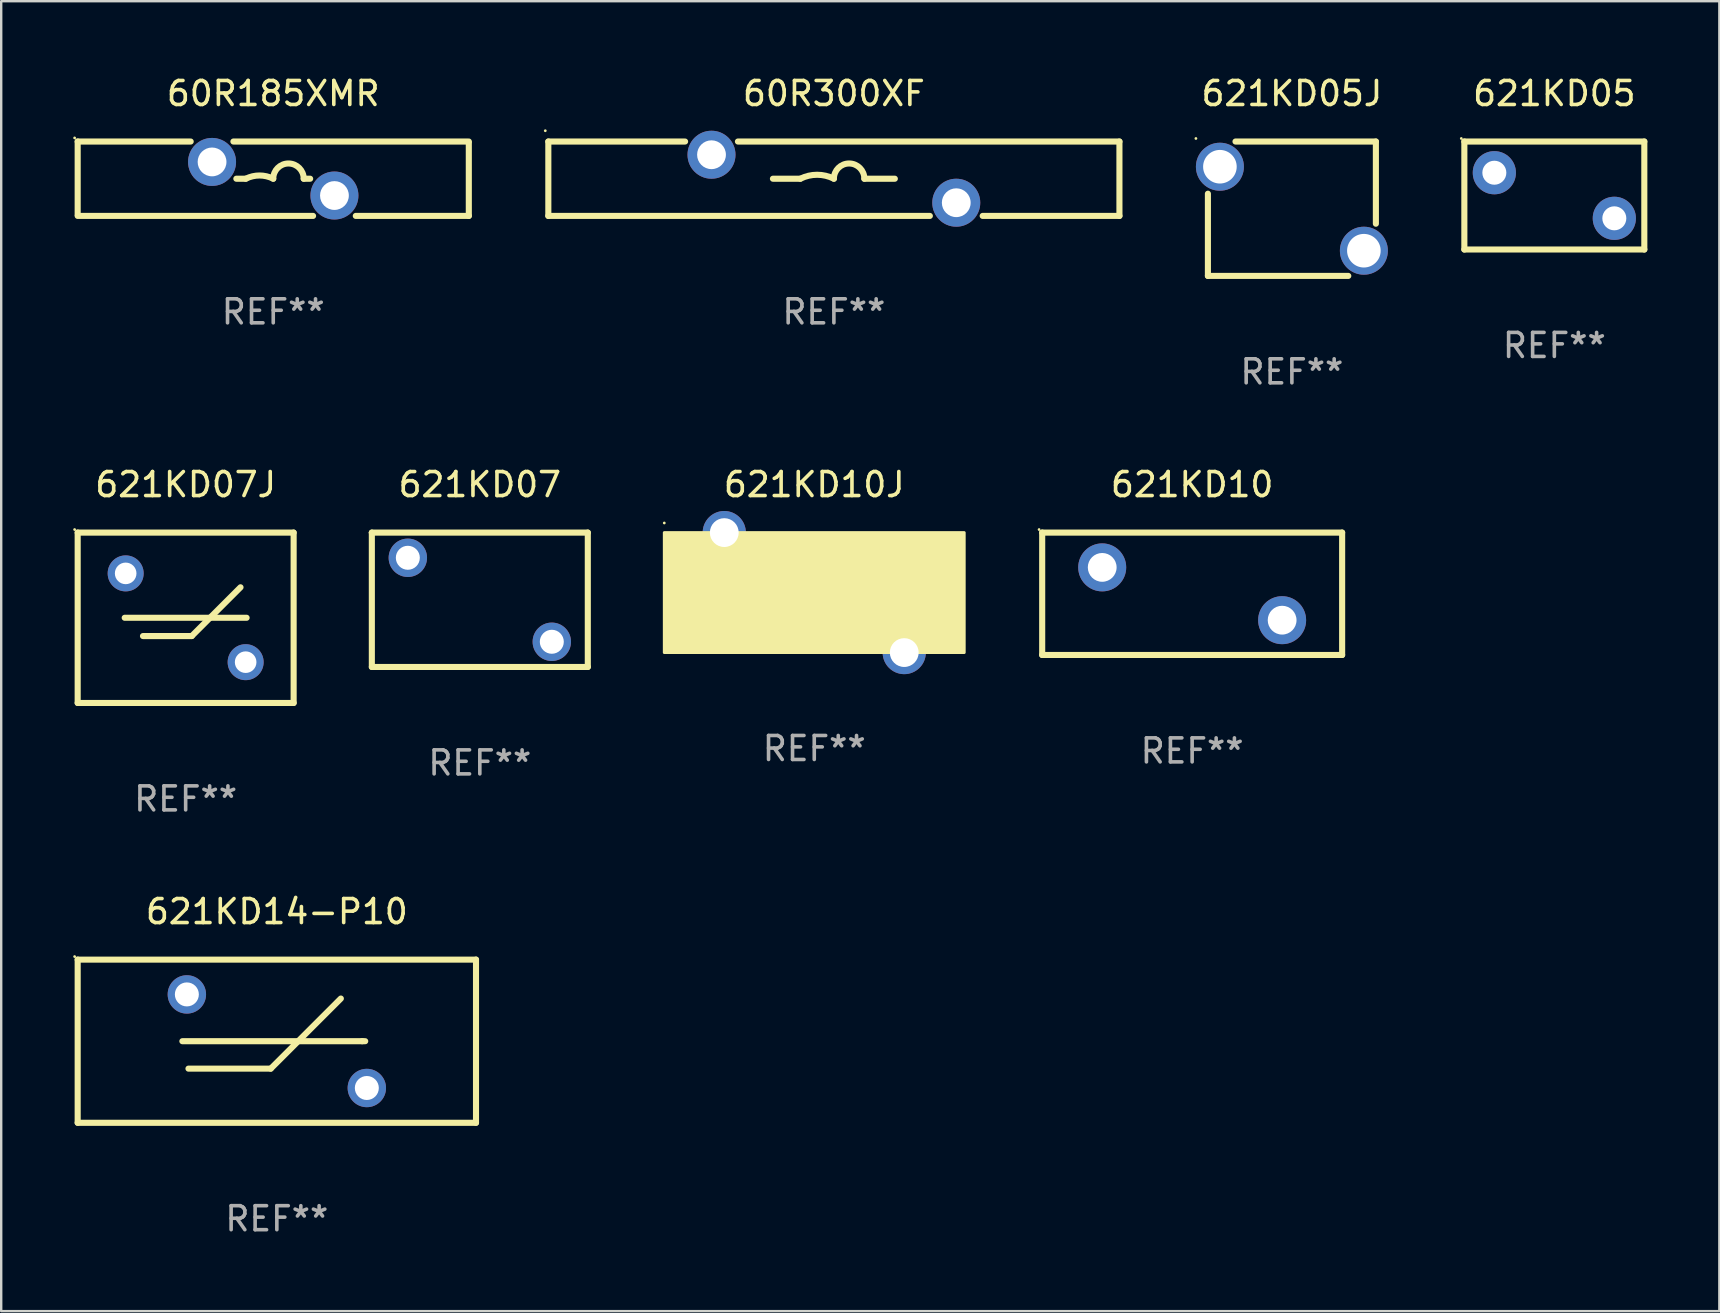
<source format=kicad_pcb>
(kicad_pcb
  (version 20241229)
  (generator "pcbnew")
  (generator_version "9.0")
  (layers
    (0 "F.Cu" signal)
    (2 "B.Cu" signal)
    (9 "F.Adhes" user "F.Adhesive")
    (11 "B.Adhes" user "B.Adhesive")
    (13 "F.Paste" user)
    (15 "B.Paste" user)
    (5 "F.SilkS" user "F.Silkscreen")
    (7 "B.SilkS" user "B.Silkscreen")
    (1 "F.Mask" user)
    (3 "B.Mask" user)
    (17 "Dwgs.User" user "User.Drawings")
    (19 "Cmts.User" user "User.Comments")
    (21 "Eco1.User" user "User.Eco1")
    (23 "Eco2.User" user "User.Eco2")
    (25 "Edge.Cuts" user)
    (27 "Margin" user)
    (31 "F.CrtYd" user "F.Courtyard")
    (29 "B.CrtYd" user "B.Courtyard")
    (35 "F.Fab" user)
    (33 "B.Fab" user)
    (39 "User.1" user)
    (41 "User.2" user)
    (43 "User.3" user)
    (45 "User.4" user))
  (footprint "60R185XMR"
    (layer "F.Cu")
    (at 8.337 4.398)
    (property "Reference" "60R185XMR" (at 0 -3.55 0) (layer "F.SilkS") (effects (font (size 1 1) (thickness 0.15))))
    (attr through_hole)
    (fp_line (start -8.15 -1.55) (end -3.44 -1.55) (stroke (width 0.254) (type solid)) (layer "F.SilkS"))
    (fp_line (start -8.15 1.5) (end -8.15 -1.55) (stroke (width 0.254) (type solid)) (layer "F.SilkS"))
    (fp_line (start -1.66 -1.55) (end 8.15 -1.55) (stroke (width 0.254) (type solid)) (layer "F.SilkS"))
    (fp_line (start -1.538 0) (end -1.143 0) (stroke (width 0.254) (type solid)) (layer "F.SilkS"))
    (fp_line (start 1.538 0) (end 1.27 0) (stroke (width 0.254) (type solid)) (layer "F.SilkS"))
    (fp_line (start 1.66 1.55) (end -8.15 1.55) (stroke (width 0.254) (type solid)) (layer "F.SilkS"))
    (fp_line (start 8.15 1.55) (end 3.44 1.55) (stroke (width 0.254) (type solid)) (layer "F.SilkS"))
    (fp_line (start 8.15 -1.5) (end 8.15 1.55) (stroke (width 0.254) (type solid)) (layer "F.SilkS"))
    (fp_arc (start -1.143028 0) (mid -0.571527 -0.134913) (end -0.000026 0) (stroke (width 0.254001) (type solid)) (layer "F.SilkS"))
    (fp_arc (start -0.000025 0) (mid 0.634976 -0.635001) (end 1.269977 0) (stroke (width 0.254001) (type solid)) (layer "F.SilkS"))
    (fp_circle (center -8.277 -1.7) (end -8.247 -1.7) (stroke (width 0.06) (type solid)) (fill no) (layer "F.SilkS"))
    (fp_text user "REF**" (at 0 5.55 0) (layer "F.Fab") (effects (font (size 1 1) (thickness 0.15))))
    (pad "1" thru_hole circle (at -2.55 -0.7) (size 2 2) (drill 1.2) (layers "*.Cu" "*.Mask"))
    (pad "2" thru_hole circle (at 2.55 0.7) (size 2 2) (drill 1.2) (layers "*.Cu" "*.Mask")))
  (footprint "621KD07J"
    (layer "F.Cu")
    (at 4.687 22.695)
    (property "Reference" "621KD07J" (at 0 -5.55 0) (layer "F.SilkS") (effects (font (size 1 1) (thickness 0.15))))
    (attr through_hole)
    (fp_line (start -4.5 -3.55) (end 4.5 -3.55) (stroke (width 0.254) (type solid)) (layer "F.SilkS"))
    (fp_line (start -4.5 3.55) (end -4.5 -3.55) (stroke (width 0.254) (type solid)) (layer "F.SilkS"))
    (fp_line (start -2.54 -0.000127) (end 2.54 -0.000127) (stroke (width 0.254) (type solid)) (layer "F.SilkS"))
    (fp_line (start -1.778 0.762) (end 0.254 0.762) (stroke (width 0.254) (type solid)) (layer "F.SilkS"))
    (fp_line (start 0.254 0.762) (end 2.286 -1.27) (stroke (width 0.254) (type solid)) (layer "F.SilkS"))
    (fp_line (start 4.5 3.55) (end -4.5 3.55) (stroke (width 0.254) (type solid)) (layer "F.SilkS"))
    (fp_line (start 4.5 3.55) (end 4.5 -3.55) (stroke (width 0.254) (type solid)) (layer "F.SilkS"))
    (fp_circle (center -4.627 -3.677) (end -4.597 -3.677) (stroke (width 0.06) (type solid)) (fill no) (layer "F.SilkS"))
    (fp_text user "REF**" (at 0 7.55 0) (layer "F.Fab") (effects (font (size 1 1) (thickness 0.15))))
    (pad "1" thru_hole circle (at -2.5 -1.85) (size 1.5 1.5) (drill 0.9) (layers "*.Cu" "*.Mask"))
    (pad "2" thru_hole circle (at 2.5 1.85) (size 1.5 1.5) (drill 0.9) (layers "*.Cu" "*.Mask")))
  (footprint "621KD10"
    (layer "F.Cu")
    (at 46.631 21.695)
    (property "Reference" "621KD10" (at 0 -4.55 0) (layer "F.SilkS") (effects (font (size 1 1) (thickness 0.15))))
    (attr through_hole)
    (fp_line (start -6.249 -2.55) (end 6.251 -2.55) (stroke (width 0.254) (type solid)) (layer "F.SilkS"))
    (fp_line (start -6.249 2.55) (end -6.249 -2.55) (stroke (width 0.254) (type solid)) (layer "F.SilkS"))
    (fp_line (start 6.251 -2.55) (end 6.251 2.55) (stroke (width 0.254) (type solid)) (layer "F.SilkS"))
    (fp_line (start 6.251 2.55) (end -6.251 2.55) (stroke (width 0.254) (type solid)) (layer "F.SilkS"))
    (fp_circle (center -6.378 -2.677) (end -6.348 -2.677) (stroke (width 0.06) (type solid)) (fill no) (layer "F.SilkS"))
    (fp_text user "REF**" (at 0 6.55 0) (layer "F.Fab") (effects (font (size 1 1) (thickness 0.15))))
    (pad "1" thru_hole circle (at -3.748 -1.1) (size 2 2) (drill 1.2) (layers "*.Cu" "*.Mask"))
    (pad "2" thru_hole circle (at 3.75 1.1) (size 2 2) (drill 1.2) (layers "*.Cu" "*.Mask")))
  (footprint "621KD10J"
    (layer "F.Cu")
    (at 30.883 21.645)
    (property "Reference" "621KD10J" (at 0 -4.5 0) (layer "F.SilkS") (effects (font (size 1 1) (thickness 0.15))))
    (attr through_hole)
    (fp_circle (center -6.25 -2.9) (end -6.22 -2.9) (stroke (width 0.06) (type solid)) (fill no) (layer "F.SilkS"))
    (fp_poly (pts (xy -6.25 -2.5) (xy 6.25 -2.5) (xy 6.25 2.5) (xy -6.25 2.5)) (stroke (width 0.12) (type solid)) (fill yes) (layer "F.SilkS"))
    (fp_text user "REF**" (at 0 6.5 0) (layer "F.Fab") (effects (font (size 1 1) (thickness 0.15))))
    (pad "1" thru_hole circle (at -3.75 -2.5) (size 1.8 1.8) (drill 1.2) (layers "*.Cu" "*.Mask"))
    (pad "2" thru_hole circle (at 3.75 2.5) (size 1.8 1.8) (drill 1.2) (layers "*.Cu" "*.Mask")))
  (footprint "621KD07"
    (layer "F.Cu")
    (at 16.946 21.945)
    (property "Reference" "621KD07" (at 0 -4.8 0) (layer "F.SilkS") (effects (font (size 1 1) (thickness 0.15))))
    (attr through_hole)
    (fp_line (start -4.5 -2.8) (end 4.5 -2.8) (stroke (width 0.254) (type solid)) (layer "F.SilkS"))
    (fp_line (start -4.5 2.8) (end -4.5 -2.8) (stroke (width 0.254) (type solid)) (layer "F.SilkS"))
    (fp_line (start 4.5 -2.8) (end 4.5 2.8) (stroke (width 0.254) (type solid)) (layer "F.SilkS"))
    (fp_line (start 4.5 2.8) (end -4.5 2.8) (stroke (width 0.254) (type solid)) (layer "F.SilkS"))
    (fp_circle (center -4.572 -2.794) (end -4.542 -2.794) (stroke (width 0.06) (type solid)) (fill no) (layer "F.SilkS"))
    (fp_text user "REF**" (at 0 6.8 0) (layer "F.Fab") (effects (font (size 1 1) (thickness 0.15))))
    (pad "1" thru_hole circle (at -3 -1.75) (size 1.6 1.6) (drill 1) (layers "*.Cu" "*.Mask"))
    (pad "2" thru_hole circle (at 3 1.75) (size 1.6 1.6) (drill 1) (layers "*.Cu" "*.Mask")))
  (footprint "60R300XF"
    (layer "F.Cu")
    (at 31.701 4.398)
    (property "Reference" "60R300XF" (at 0 -3.55 0) (layer "F.SilkS") (effects (font (size 1 1) (thickness 0.15))))
    (attr through_hole)
    (fp_line (start -11.9 -1.55) (end -6.201 -1.55) (stroke (width 0.254) (type solid)) (layer "F.SilkS"))
    (fp_line (start -11.9 1.55) (end -11.9 -1.55) (stroke (width 0.254) (type solid)) (layer "F.SilkS"))
    (fp_line (start -11.9 1.55) (end 3.999 1.55) (stroke (width 0.254) (type solid)) (layer "F.SilkS"))
    (fp_line (start -3.999 -1.55) (end 11.9 -1.55) (stroke (width 0.254) (type solid)) (layer "F.SilkS"))
    (fp_line (start -2.54 0) (end -1.397 0) (stroke (width 0.254) (type solid)) (layer "F.SilkS"))
    (fp_line (start 2.54 0) (end 1.27 0) (stroke (width 0.254) (type solid)) (layer "F.SilkS"))
    (fp_line (start 6.201 1.55) (end 11.9 1.55) (stroke (width 0.254) (type solid)) (layer "F.SilkS"))
    (fp_line (start 11.9 -1.55) (end 11.9 1.55) (stroke (width 0.254) (type solid)) (layer "F.SilkS"))
    (fp_arc (start -1.397003 0) (mid -0.698501 -0.164894) (end 0 0) (stroke (width 0.254001) (type solid)) (layer "F.SilkS"))
    (fp_arc (start -0.000001 0) (mid 0.635001 -0.635002) (end 1.270003 0) (stroke (width 0.254001) (type solid)) (layer "F.SilkS"))
    (fp_circle (center -12.027 -2) (end -11.997 -2) (stroke (width 0.06) (type solid)) (fill no) (layer "F.SilkS"))
    (fp_text user "REF**" (at 0 5.55 0) (layer "F.Fab") (effects (font (size 1 1) (thickness 0.15))))
    (pad "1" thru_hole circle (at -5.1 -1) (size 2 2) (drill 1.2) (layers "*.Cu" "*.Mask"))
    (pad "2" thru_hole circle (at 5.1 1) (size 2 2) (drill 1.2) (layers "*.Cu" "*.Mask")))
  (footprint "621KD05"
    (layer "F.Cu")
    (at 61.725 5.098)
    (property "Reference" "621KD05" (at 0 -4.25 0) (layer "F.SilkS") (effects (font (size 1 1) (thickness 0.15))))
    (attr through_hole)
    (fp_line (start -3.75 -2.25) (end -3.75 2.25) (stroke (width 0.254) (type solid)) (layer "F.SilkS"))
    (fp_line (start -3.75 -2.25) (end 3.75 -2.25) (stroke (width 0.254) (type solid)) (layer "F.SilkS"))
    (fp_line (start -3.75 2.25) (end 3.75 2.25) (stroke (width 0.254) (type solid)) (layer "F.SilkS"))
    (fp_line (start 3.75 -2.25) (end 3.75 2.25) (stroke (width 0.254) (type solid)) (layer "F.SilkS"))
    (fp_circle (center -3.877 -2.377) (end -3.847 -2.377) (stroke (width 0.06) (type solid)) (fill no) (layer "F.SilkS"))
    (fp_text user "REF**" (at 0 6.25 0) (layer "F.Fab") (effects (font (size 1 1) (thickness 0.15))))
    (pad "1" thru_hole circle (at -2.5 -0.95) (size 1.8 1.8) (drill 1) (layers "*.Cu" "*.Mask"))
    (pad "2" thru_hole circle (at 2.5 0.95) (size 1.8 1.8) (drill 1) (layers "*.Cu" "*.Mask")))
  (footprint "621KD14-P10"
    (layer "F.Cu")
    (at 8.487 40.341)
    (property "Reference" "621KD14-P10" (at 0 -5.4 0) (layer "F.SilkS") (effects (font (size 1 1) (thickness 0.15))))
    (attr through_hole)
    (fp_line (start -8.3 -3.4) (end -8.3 3.4) (stroke (width 0.254) (type solid)) (layer "F.SilkS"))
    (fp_line (start -8.3 -3.4) (end 8.3 -3.4) (stroke (width 0.254) (type solid)) (layer "F.SilkS"))
    (fp_line (start -8.3 3.4) (end 8.3 3.4) (stroke (width 0.254) (type solid)) (layer "F.SilkS"))
    (fp_line (start -3.937 -0.000013) (end 3.556 -0.000013) (stroke (width 0.254) (type solid)) (layer "F.SilkS"))
    (fp_line (start -3.683 1.143) (end -0.254 1.143) (stroke (width 0.254) (type solid)) (layer "F.SilkS"))
    (fp_line (start -0.254 1.143) (end 2.667 -1.778) (stroke (width 0.254) (type solid)) (layer "F.SilkS"))
    (fp_line (start 3.556 -0.000013) (end 3.683 -0.000013) (stroke (width 0.254) (type solid)) (layer "F.SilkS"))
    (fp_line (start 8.3 -3.4) (end 8.3 3.4) (stroke (width 0.254) (type solid)) (layer "F.SilkS"))
    (fp_circle (center -8.427 -3.527) (end -8.397 -3.527) (stroke (width 0.06) (type solid)) (fill no) (layer "F.SilkS"))
    (fp_text user "REF**" (at 0 7.4 0) (layer "F.Fab") (effects (font (size 1 1) (thickness 0.15))))
    (pad "1" thru_hole circle (at -3.75 -1.95) (size 1.6 1.6) (drill 1) (layers "*.Cu" "*.Mask"))
    (pad "2" thru_hole circle (at 3.75 1.95) (size 1.6 1.6) (drill 1) (layers "*.Cu" "*.Mask")))
  (footprint "621KD05J"
    (layer "F.Cu")
    (at 50.788 5.648)
    (property "Reference" "621KD05J" (at 0 -4.8 0) (layer "F.SilkS") (effects (font (size 1 1) (thickness 0.15))))
    (attr through_hole)
    (fp_line (start -3.5 2.8) (end -3.5 -0.625) (stroke (width 0.254) (type solid)) (layer "F.SilkS"))
    (fp_line (start -2.35 -2.8) (end 3.5 -2.8) (stroke (width 0.254) (type solid)) (layer "F.SilkS"))
    (fp_line (start 2.35 2.8) (end -3.5 2.8) (stroke (width 0.254) (type solid)) (layer "F.SilkS"))
    (fp_line (start 3.5 -2.8) (end 3.5 0.625) (stroke (width 0.254) (type solid)) (layer "F.SilkS"))
    (fp_circle (center -4 -2.927) (end -3.97 -2.927) (stroke (width 0.06) (type solid)) (fill no) (layer "F.SilkS"))
    (fp_text user "REF**" (at 0 6.8 0) (layer "F.Fab") (effects (font (size 1 1) (thickness 0.15))))
    (pad "1" thru_hole circle (at -3 -1.75) (size 2 2) (drill 1.4) (layers "*.Cu" "*.Mask"))
    (pad "2" thru_hole circle (at 3 1.75) (size 2 2) (drill 1.4) (layers "*.Cu" "*.Mask")))
  (gr_rect
    (start -3 -3)
    (end 68.602 51.59)
    (stroke (width 0.1) (type default))
    (fill no)
    (layer "Edge.Cuts")))
</source>
